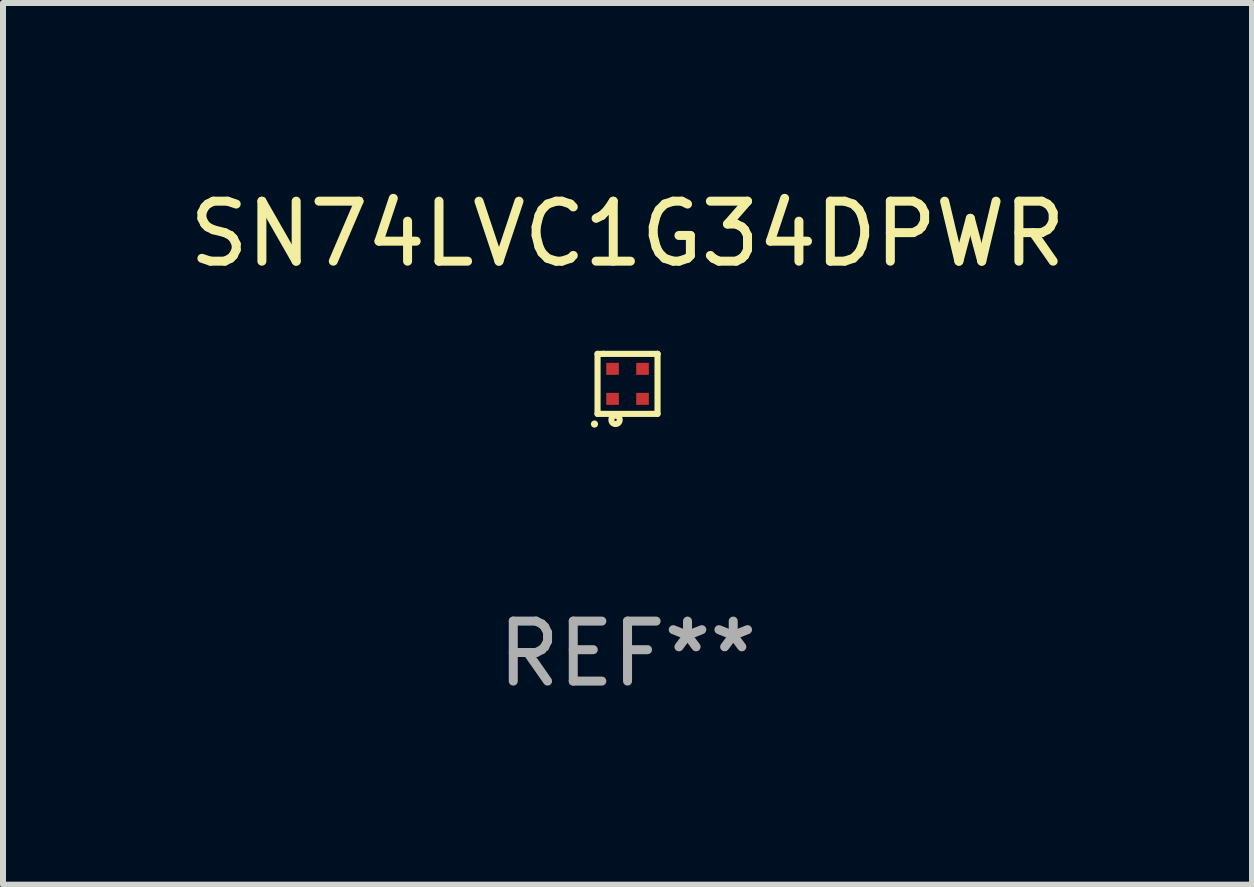
<source format=kicad_pcb>
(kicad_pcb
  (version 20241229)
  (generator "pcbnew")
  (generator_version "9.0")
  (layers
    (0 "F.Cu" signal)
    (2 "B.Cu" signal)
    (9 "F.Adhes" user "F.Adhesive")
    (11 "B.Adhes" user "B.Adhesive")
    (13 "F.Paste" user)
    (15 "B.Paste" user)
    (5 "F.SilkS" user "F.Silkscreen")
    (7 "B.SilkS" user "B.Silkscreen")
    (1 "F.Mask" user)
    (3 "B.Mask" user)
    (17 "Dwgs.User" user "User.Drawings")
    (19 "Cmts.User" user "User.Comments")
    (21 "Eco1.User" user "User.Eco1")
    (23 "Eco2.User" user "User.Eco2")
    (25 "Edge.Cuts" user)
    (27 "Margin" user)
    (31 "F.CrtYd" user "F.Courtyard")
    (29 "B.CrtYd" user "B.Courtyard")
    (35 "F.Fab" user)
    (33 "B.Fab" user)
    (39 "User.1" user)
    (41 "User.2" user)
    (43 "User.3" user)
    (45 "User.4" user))
  (footprint "SN74LVC1G34DPWR"
    (layer "F.Cu")
    (at 7.411 3.349)
    (property "Reference" "SN74LVC1G34DPWR" (at 0 -2.5 0) (layer "F.SilkS") (effects (font (size 1 1) (thickness 0.15))))
    (attr through_hole)
    (fp_line (start -0.5 -0.5) (end -0.399 -0.5) (stroke (width 0.102) (type solid)) (layer "F.SilkS"))
    (fp_line (start -0.5 0.5) (end -0.5 -0.5) (stroke (width 0.102) (type solid)) (layer "F.SilkS"))
    (fp_line (start -0.399 -0.5) (end -0.399 -0.5) (stroke (width 0.102) (type solid)) (layer "F.SilkS"))
    (fp_line (start -0.399 -0.5) (end 0.5 -0.5) (stroke (width 0.102) (type solid)) (layer "F.SilkS"))
    (fp_line (start 0.5 -0.5) (end 0.5 -0.5) (stroke (width 0.102) (type solid)) (layer "F.SilkS"))
    (fp_line (start 0.5 -0.5) (end 0.5 0.5) (stroke (width 0.102) (type solid)) (layer "F.SilkS"))
    (fp_line (start 0.5 0.5) (end -0.5 0.5) (stroke (width 0.102) (type solid)) (layer "F.SilkS"))
    (fp_circle (center -0.551 0.67) (end -0.521 0.67) (stroke (width 0.06) (type solid)) (fill no) (layer "F.SilkS"))
    (fp_circle (center -0.2 0.6) (end -0.18 0.6) (stroke (width 0.1) (type solid)) (fill no) (layer "F.SilkS"))
    (fp_text user "REF**" (at 0 4.5 0) (layer "F.Fab") (effects (font (size 1 1) (thickness 0.15))))
    (pad "1" smd rect (at -0.25 0.25 90) (size 0.2 0.21) (layers "F.Cu" "F.Mask" "F.Paste"))
    (pad "2" smd rect (at 0.25 0.25 90) (size 0.2 0.21) (layers "F.Cu" "F.Mask" "F.Paste"))
    (pad "3" smd rect (at 0.25 -0.25 90) (size 0.2 0.21) (layers "F.Cu" "F.Mask" "F.Paste"))
    (pad "4" smd rect (at -0.25 -0.25 90) (size 0.2 0.21) (layers "F.Cu" "F.Mask" "F.Paste")))
  (gr_rect
    (start -3 -3)
    (end 17.821 11.697)
    (stroke (width 0.1) (type default))
    (fill no)
    (layer "Edge.Cuts")))
</source>
